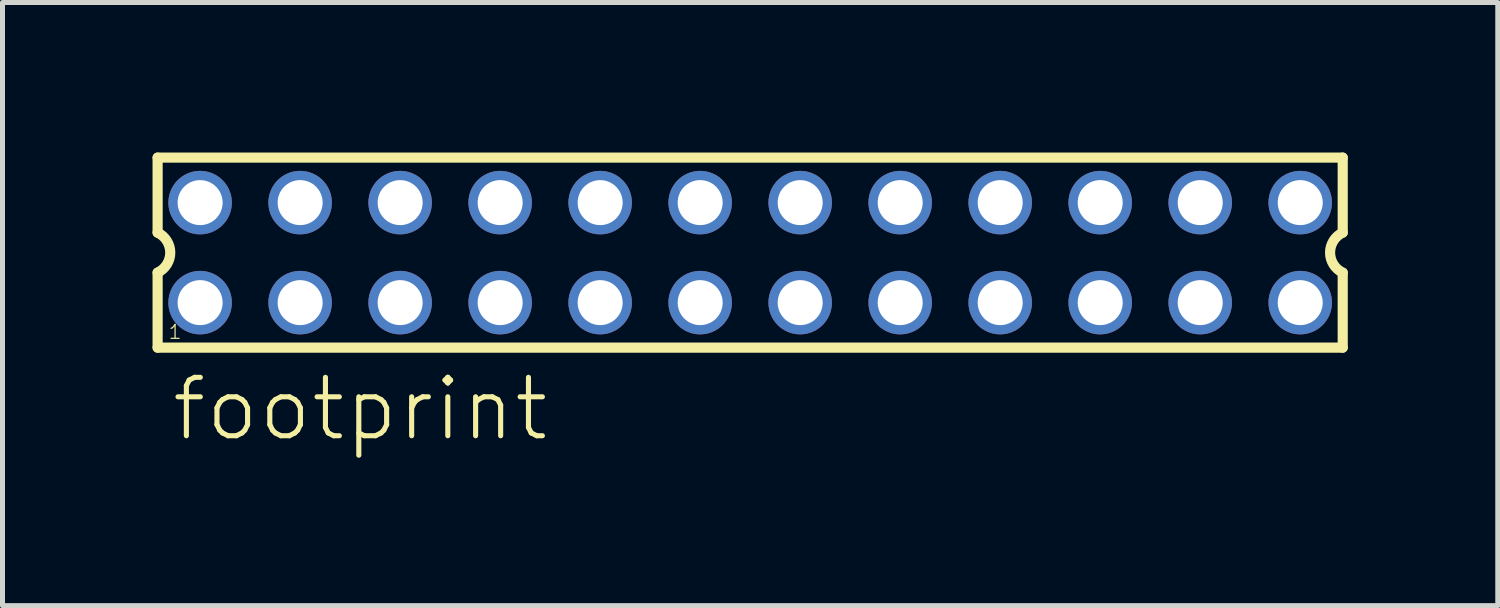
<source format=kicad_pcb>
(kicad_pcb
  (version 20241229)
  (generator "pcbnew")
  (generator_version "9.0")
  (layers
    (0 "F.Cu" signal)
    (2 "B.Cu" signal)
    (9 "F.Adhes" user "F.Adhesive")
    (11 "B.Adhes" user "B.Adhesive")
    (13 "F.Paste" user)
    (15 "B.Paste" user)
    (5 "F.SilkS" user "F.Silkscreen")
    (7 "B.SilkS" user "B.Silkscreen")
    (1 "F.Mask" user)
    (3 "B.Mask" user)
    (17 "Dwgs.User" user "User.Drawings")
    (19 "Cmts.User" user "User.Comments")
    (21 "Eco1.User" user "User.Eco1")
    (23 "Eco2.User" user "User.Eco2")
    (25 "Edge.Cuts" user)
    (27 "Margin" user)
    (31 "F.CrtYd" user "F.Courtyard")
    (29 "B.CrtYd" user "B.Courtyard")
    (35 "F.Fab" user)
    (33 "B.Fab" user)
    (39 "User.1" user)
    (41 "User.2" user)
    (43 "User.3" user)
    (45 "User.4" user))
  (footprint "footprint"
    (layer "F.Cu")
    (at 11.952 2.002)
    (property "Reference" "footprint" (at -11.62 3.81 0) (layer "F.SilkS") (effects (font (size 1.168 1.168) (thickness 0.102)) (justify left bottom)))
    (fp_line (start -11.85 -1.9) (end -11.85 -0.4) (stroke (width 0.203) (type solid)) (layer "F.SilkS"))
    (fp_line (start -11.85 0.4) (end -11.85 1.9) (stroke (width 0.203) (type solid)) (layer "F.SilkS"))
    (fp_line (start -11.85 1.9) (end 11.85 1.9) (stroke (width 0.203) (type solid)) (layer "F.SilkS"))
    (fp_line (start 11.85 -1.9) (end -11.85 -1.9) (stroke (width 0.203) (type solid)) (layer "F.SilkS"))
    (fp_line (start 11.85 -0.4) (end 11.85 -1.9) (stroke (width 0.203) (type solid)) (layer "F.SilkS"))
    (fp_line (start 11.85 1.9) (end 11.85 0.4) (stroke (width 0.203) (type solid)) (layer "F.SilkS"))
    (fp_arc (start -11.85 -0.4) (mid -11.597168 -0.000001) (end -11.849998 0.399999) (stroke (width 0.2032) (type solid)) (layer "F.SilkS"))
    (fp_arc (start 11.85 0.4) (mid 11.597168 0.000001) (end 11.849998 -0.399999) (stroke (width 0.2032) (type solid)) (layer "F.SilkS"))
    (fp_poly (pts (xy -11.25 -0.75) (xy -10.75 -0.75) (xy -10.75 -1.25) (xy -11.25 -1.25)) (stroke (width 0.1) (type solid)) (fill no) (layer "F.Fab"))
    (fp_poly (pts (xy -11.25 1.25) (xy -10.75 1.25) (xy -10.75 0.75) (xy -11.25 0.75)) (stroke (width 0.1) (type solid)) (fill no) (layer "F.Fab"))
    (fp_poly (pts (xy -9.25 -0.75) (xy -8.75 -0.75) (xy -8.75 -1.25) (xy -9.25 -1.25)) (stroke (width 0.1) (type solid)) (fill no) (layer "F.Fab"))
    (fp_poly (pts (xy -9.25 1.25) (xy -8.75 1.25) (xy -8.75 0.75) (xy -9.25 0.75)) (stroke (width 0.1) (type solid)) (fill no) (layer "F.Fab"))
    (fp_poly (pts (xy -7.25 -0.75) (xy -6.75 -0.75) (xy -6.75 -1.25) (xy -7.25 -1.25)) (stroke (width 0.1) (type solid)) (fill no) (layer "F.Fab"))
    (fp_poly (pts (xy -7.25 1.25) (xy -6.75 1.25) (xy -6.75 0.75) (xy -7.25 0.75)) (stroke (width 0.1) (type solid)) (fill no) (layer "F.Fab"))
    (fp_poly (pts (xy -5.25 -0.75) (xy -4.75 -0.75) (xy -4.75 -1.25) (xy -5.25 -1.25)) (stroke (width 0.1) (type solid)) (fill no) (layer "F.Fab"))
    (fp_poly (pts (xy -5.25 1.25) (xy -4.75 1.25) (xy -4.75 0.75) (xy -5.25 0.75)) (stroke (width 0.1) (type solid)) (fill no) (layer "F.Fab"))
    (fp_poly (pts (xy -3.25 -0.75) (xy -2.75 -0.75) (xy -2.75 -1.25) (xy -3.25 -1.25)) (stroke (width 0.1) (type solid)) (fill no) (layer "F.Fab"))
    (fp_poly (pts (xy -3.25 1.25) (xy -2.75 1.25) (xy -2.75 0.75) (xy -3.25 0.75)) (stroke (width 0.1) (type solid)) (fill no) (layer "F.Fab"))
    (fp_poly (pts (xy -1.25 -0.75) (xy -0.75 -0.75) (xy -0.75 -1.25) (xy -1.25 -1.25)) (stroke (width 0.1) (type solid)) (fill no) (layer "F.Fab"))
    (fp_poly (pts (xy -1.25 1.25) (xy -0.75 1.25) (xy -0.75 0.75) (xy -1.25 0.75)) (stroke (width 0.1) (type solid)) (fill no) (layer "F.Fab"))
    (fp_poly (pts (xy 0.75 -0.75) (xy 1.25 -0.75) (xy 1.25 -1.25) (xy 0.75 -1.25)) (stroke (width 0.1) (type solid)) (fill no) (layer "F.Fab"))
    (fp_poly (pts (xy 0.75 1.25) (xy 1.25 1.25) (xy 1.25 0.75) (xy 0.75 0.75)) (stroke (width 0.1) (type solid)) (fill no) (layer "F.Fab"))
    (fp_poly (pts (xy 2.75 -0.75) (xy 3.25 -0.75) (xy 3.25 -1.25) (xy 2.75 -1.25)) (stroke (width 0.1) (type solid)) (fill no) (layer "F.Fab"))
    (fp_poly (pts (xy 2.75 1.25) (xy 3.25 1.25) (xy 3.25 0.75) (xy 2.75 0.75)) (stroke (width 0.1) (type solid)) (fill no) (layer "F.Fab"))
    (fp_poly (pts (xy 4.75 -0.75) (xy 5.25 -0.75) (xy 5.25 -1.25) (xy 4.75 -1.25)) (stroke (width 0.1) (type solid)) (fill no) (layer "F.Fab"))
    (fp_poly (pts (xy 4.75 1.25) (xy 5.25 1.25) (xy 5.25 0.75) (xy 4.75 0.75)) (stroke (width 0.1) (type solid)) (fill no) (layer "F.Fab"))
    (fp_poly (pts (xy 6.75 -0.75) (xy 7.25 -0.75) (xy 7.25 -1.25) (xy 6.75 -1.25)) (stroke (width 0.1) (type solid)) (fill no) (layer "F.Fab"))
    (fp_poly (pts (xy 6.75 1.25) (xy 7.25 1.25) (xy 7.25 0.75) (xy 6.75 0.75)) (stroke (width 0.1) (type solid)) (fill no) (layer "F.Fab"))
    (fp_poly (pts (xy 8.75 -0.75) (xy 9.25 -0.75) (xy 9.25 -1.25) (xy 8.75 -1.25)) (stroke (width 0.1) (type solid)) (fill no) (layer "F.Fab"))
    (fp_poly (pts (xy 8.75 1.25) (xy 9.25 1.25) (xy 9.25 0.75) (xy 8.75 0.75)) (stroke (width 0.1) (type solid)) (fill no) (layer "F.Fab"))
    (fp_poly (pts (xy 10.75 -0.75) (xy 11.25 -0.75) (xy 11.25 -1.25) (xy 10.75 -1.25)) (stroke (width 0.1) (type solid)) (fill no) (layer "F.Fab"))
    (fp_poly (pts (xy 10.75 1.25) (xy 11.25 1.25) (xy 11.25 0.75) (xy 10.75 0.75)) (stroke (width 0.1) (type solid)) (fill no) (layer "F.Fab"))
    (fp_text user "1" (at -11.65 1.75 0) (layer "F.SilkS") (effects (font (size 0.28 0.28) (thickness 0.024)) (justify left bottom)))
    (pad "1" thru_hole circle (at -11 1) (size 1.27 1.27) (drill 0.9) (layers "*.Cu" "*.Mask"))
    (pad "2" thru_hole circle (at -11 -1) (size 1.27 1.27) (drill 0.9) (layers "*.Cu" "*.Mask"))
    (pad "3" thru_hole circle (at -9 1) (size 1.27 1.27) (drill 0.9) (layers "*.Cu" "*.Mask"))
    (pad "4" thru_hole circle (at -9 -1) (size 1.27 1.27) (drill 0.9) (layers "*.Cu" "*.Mask"))
    (pad "5" thru_hole circle (at -7 1) (size 1.27 1.27) (drill 0.9) (layers "*.Cu" "*.Mask"))
    (pad "6" thru_hole circle (at -7 -1) (size 1.27 1.27) (drill 0.9) (layers "*.Cu" "*.Mask"))
    (pad "7" thru_hole circle (at -5 1) (size 1.27 1.27) (drill 0.9) (layers "*.Cu" "*.Mask"))
    (pad "8" thru_hole circle (at -5 -1) (size 1.27 1.27) (drill 0.9) (layers "*.Cu" "*.Mask"))
    (pad "9" thru_hole circle (at -3 1) (size 1.27 1.27) (drill 0.9) (layers "*.Cu" "*.Mask"))
    (pad "10" thru_hole circle (at -3 -1) (size 1.27 1.27) (drill 0.9) (layers "*.Cu" "*.Mask"))
    (pad "11" thru_hole circle (at -1 1) (size 1.27 1.27) (drill 0.9) (layers "*.Cu" "*.Mask"))
    (pad "12" thru_hole circle (at -1 -1) (size 1.27 1.27) (drill 0.9) (layers "*.Cu" "*.Mask"))
    (pad "13" thru_hole circle (at 1 1) (size 1.27 1.27) (drill 0.9) (layers "*.Cu" "*.Mask"))
    (pad "14" thru_hole circle (at 1 -1) (size 1.27 1.27) (drill 0.9) (layers "*.Cu" "*.Mask"))
    (pad "15" thru_hole circle (at 3 1) (size 1.27 1.27) (drill 0.9) (layers "*.Cu" "*.Mask"))
    (pad "16" thru_hole circle (at 3 -1) (size 1.27 1.27) (drill 0.9) (layers "*.Cu" "*.Mask"))
    (pad "17" thru_hole circle (at 5 1) (size 1.27 1.27) (drill 0.9) (layers "*.Cu" "*.Mask"))
    (pad "18" thru_hole circle (at 5 -1) (size 1.27 1.27) (drill 0.9) (layers "*.Cu" "*.Mask"))
    (pad "19" thru_hole circle (at 7 1) (size 1.27 1.27) (drill 0.9) (layers "*.Cu" "*.Mask"))
    (pad "20" thru_hole circle (at 7 -1) (size 1.27 1.27) (drill 0.9) (layers "*.Cu" "*.Mask"))
    (pad "21" thru_hole circle (at 9 1) (size 1.27 1.27) (drill 0.9) (layers "*.Cu" "*.Mask"))
    (pad "22" thru_hole circle (at 9 -1) (size 1.27 1.27) (drill 0.9) (layers "*.Cu" "*.Mask"))
    (pad "23" thru_hole circle (at 11 1) (size 1.27 1.27) (drill 0.9) (layers "*.Cu" "*.Mask"))
    (pad "24" thru_hole circle (at 11 -1) (size 1.27 1.27) (drill 0.9) (layers "*.Cu" "*.Mask")))
  (gr_rect
    (start -3 -3)
    (end 26.903 9.062)
    (stroke (width 0.1) (type default))
    (fill no)
    (layer "Edge.Cuts")))
</source>
